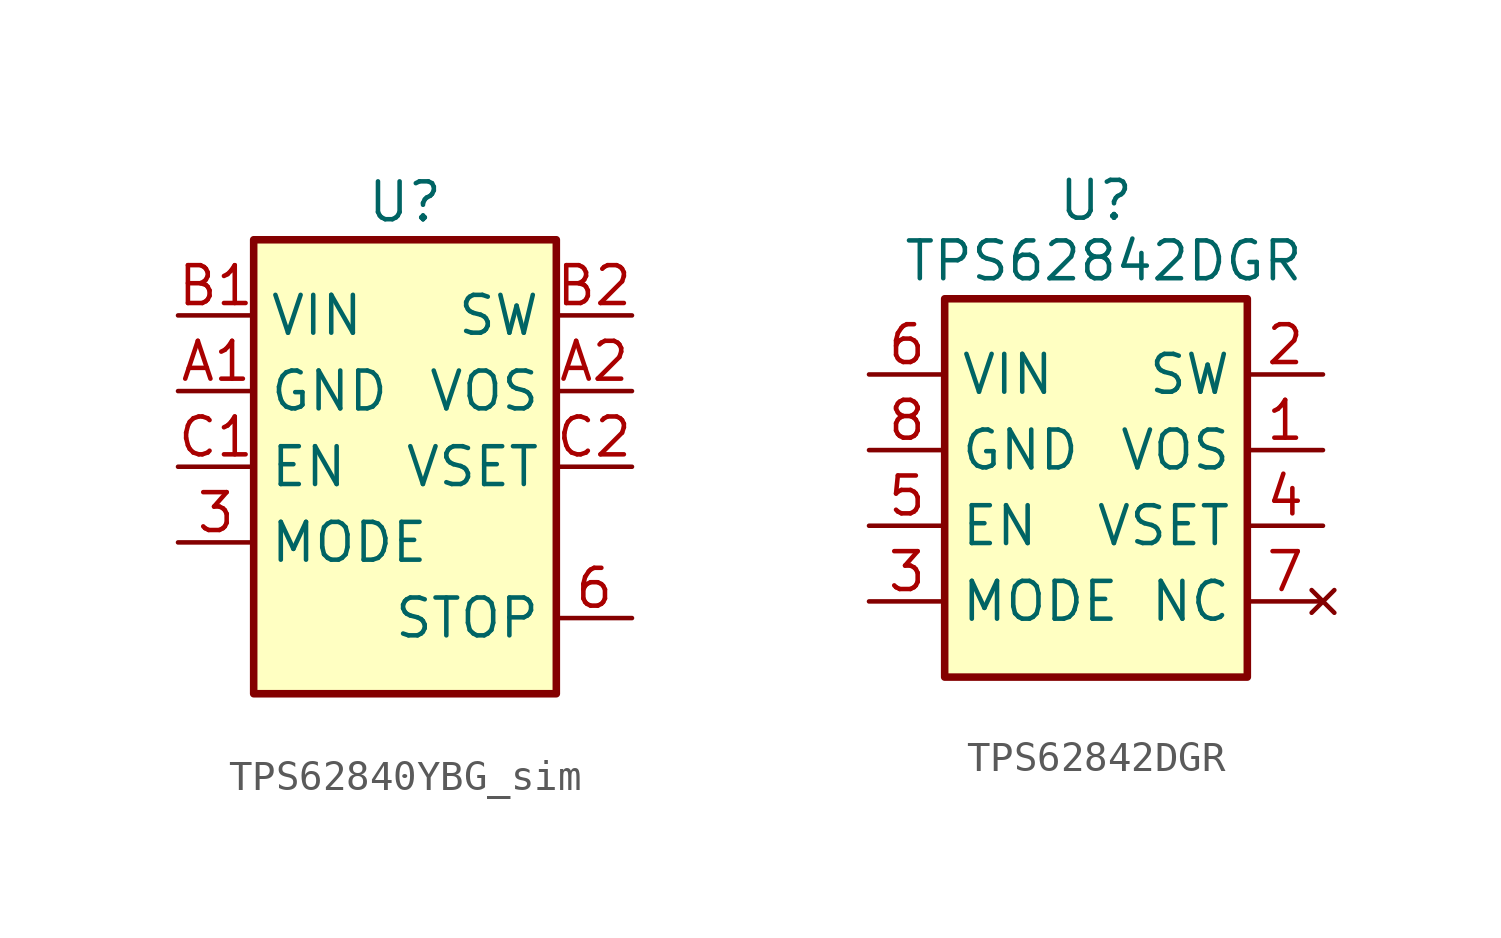
<source format=kicad_sym>
(kicad_symbol_lib
  (version 20241209)
  (generator "kicad_symbol_editor")
  (generator_version "9.0")
  (symbol "TPS62840YBG_sim"
    (property "Reference" "U"
      (at 0 6.35 0)
      (effects (font (size 1.27 1.27))))
    (property "Value" ""
      (at 0 0 0)
      (effects (font (size 1.27 1.27))))
    (symbol "TPS62840YBG_sim_0_1"
      (rectangle (start -5.08 5.08) (end 5.08 -10.16) (stroke (width 0.254) (type default)) (fill (type background))))
    (symbol "TPS62840YBG_sim_1_1"
      (pin power_in line (at -7.62 2.54 0) (length 2.54) (name "VIN" (effects (font (size 1.27 1.27)))) (number "B1" (effects (font (size 1.27 1.27)))))
      (pin power_in line (at -7.62 0 0) (length 2.54) (name "GND" (effects (font (size 1.27 1.27)))) (number "A1" (effects (font (size 1.27 1.27)))))
      (pin input line (at -7.62 -2.54 0) (length 2.54) (name "EN" (effects (font (size 1.27 1.27)))) (number "C1" (effects (font (size 1.27 1.27)))))
      (pin input line (at -7.62 -5.08 0) (length 2.54) (name "MODE" (effects (font (size 1.27 1.27)))) (number "3" (effects (font (size 1.27 1.27)))))
      (pin open_collector line (at 7.62 2.54 180) (length 2.54) (name "SW" (effects (font (size 1.27 1.27)))) (number "B2" (effects (font (size 1.27 1.27)))))
      (pin input line (at 7.62 0 180) (length 2.54) (name "VOS" (effects (font (size 1.27 1.27)))) (number "A2" (effects (font (size 1.27 1.27)))))
      (pin input line (at 7.62 -2.54 180) (length 2.54) (name "VSET" (effects (font (size 1.27 1.27)))) (number "C2" (effects (font (size 1.27 1.27)))))
      (pin input line (at 7.62 -7.62 180) (length 2.54) (name "STOP" (effects (font (size 1.27 1.27)))) (number "6" (effects (font (size 1.27 1.27)))))))
  (symbol "TPS62842DGR"
    (property "Reference" "U"
      (at 0 9.652 0)
      (effects (font (size 1.27 1.27))))
    (property "Value" "TPS62842DGR"
      (at 0.254 7.62 0)
      (effects (font (size 1.27 1.27))))
    (symbol "TPS62842DGR_0_1"
      (rectangle (start -5.08 6.35) (end 5.08 -6.35) (stroke (width 0.254) (type default)) (fill (type background))))
    (symbol "TPS62842DGR_1_1"
      (pin power_in line (at -7.62 3.81 0) (length 2.54) (name "VIN" (effects (font (size 1.27 1.27)))) (number "6" (effects (font (size 1.27 1.27)))))
      (pin power_in line (at -7.62 1.27 0) (length 2.54) (name "GND" (effects (font (size 1.27 1.27)))) (number "8" (effects (font (size 1.27 1.27)))))
      (pin input line (at -7.62 -1.27 0) (length 2.54) (name "EN" (effects (font (size 1.27 1.27)))) (number "5" (effects (font (size 1.27 1.27)))))
      (pin input line (at -7.62 -3.81 0) (length 2.54) (name "MODE" (effects (font (size 1.27 1.27)))) (number "3" (effects (font (size 1.27 1.27)))))
      (pin open_collector line (at 7.62 3.81 180) (length 2.54) (name "SW" (effects (font (size 1.27 1.27)))) (number "2" (effects (font (size 1.27 1.27)))))
      (pin input line (at 7.62 1.27 180) (length 2.54) (name "VOS" (effects (font (size 1.27 1.27)))) (number "1" (effects (font (size 1.27 1.27)))))
      (pin input line (at 7.62 -1.27 180) (length 2.54) (name "VSET" (effects (font (size 1.27 1.27)))) (number "4" (effects (font (size 1.27 1.27)))))
      (pin no_connect line (at 7.62 -3.81 180) (length 2.54) (name "NC" (effects (font (size 1.27 1.27)))) (number "7" (effects (font (size 1.27 1.27))))))))
</source>
